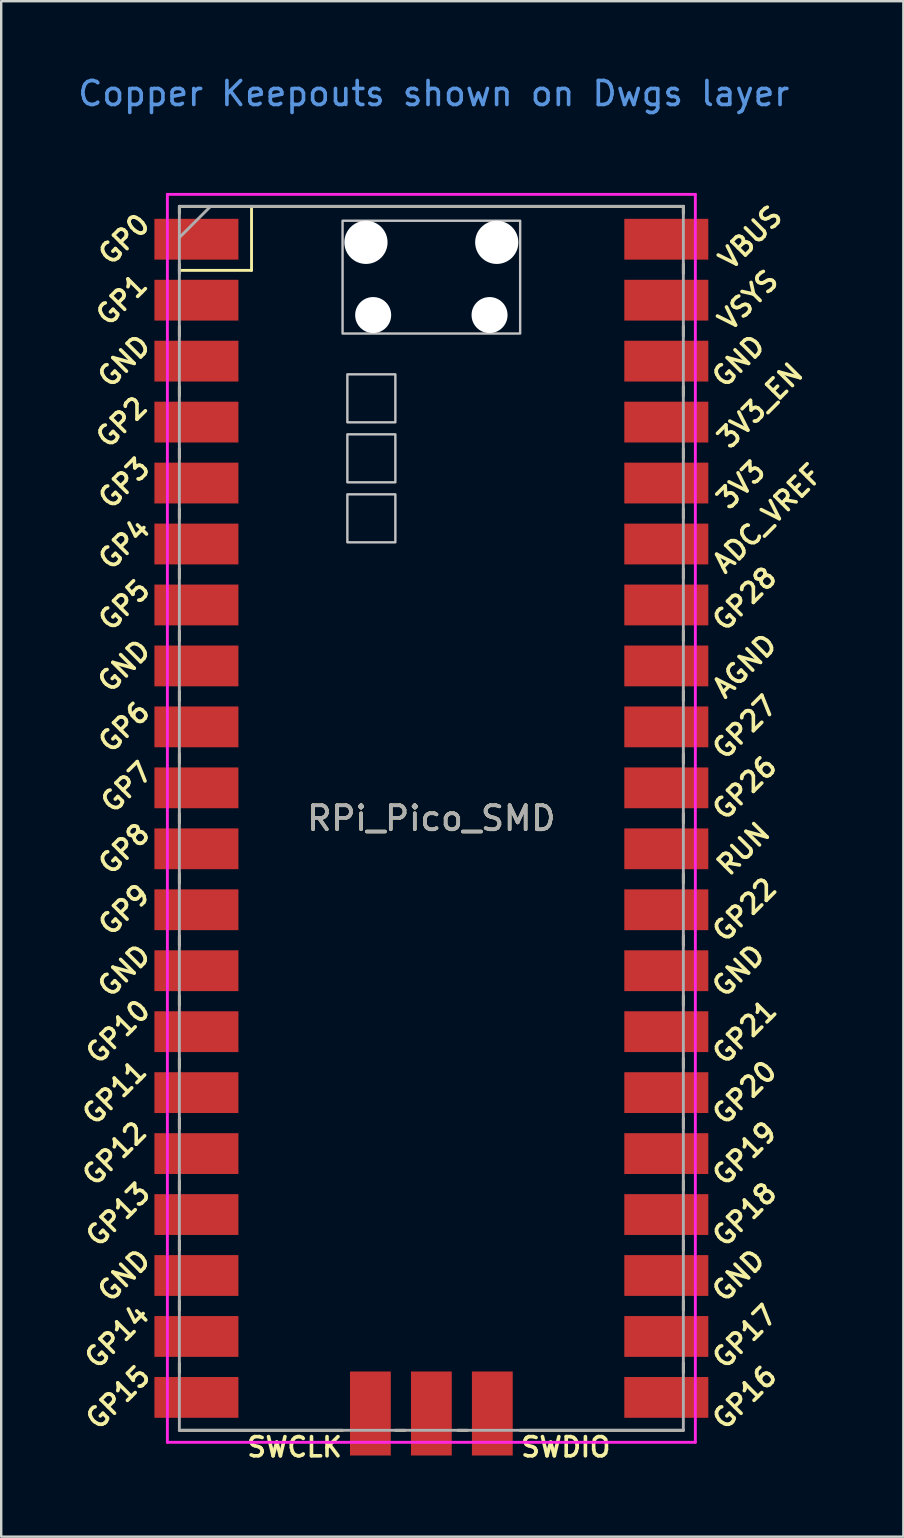
<source format=kicad_pcb>
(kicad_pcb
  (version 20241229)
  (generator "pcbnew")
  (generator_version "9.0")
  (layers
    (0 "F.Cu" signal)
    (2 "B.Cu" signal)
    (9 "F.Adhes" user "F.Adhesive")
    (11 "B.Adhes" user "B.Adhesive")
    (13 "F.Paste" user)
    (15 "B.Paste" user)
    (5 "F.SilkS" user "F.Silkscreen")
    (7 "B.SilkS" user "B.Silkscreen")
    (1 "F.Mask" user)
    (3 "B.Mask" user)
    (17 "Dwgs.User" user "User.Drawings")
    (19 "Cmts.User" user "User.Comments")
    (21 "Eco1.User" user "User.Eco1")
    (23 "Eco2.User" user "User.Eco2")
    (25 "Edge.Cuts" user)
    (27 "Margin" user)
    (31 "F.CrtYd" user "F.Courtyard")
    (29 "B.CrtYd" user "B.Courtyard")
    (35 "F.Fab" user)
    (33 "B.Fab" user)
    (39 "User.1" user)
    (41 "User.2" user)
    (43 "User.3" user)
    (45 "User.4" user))
  (footprint "RPi_Pico_SMD"
    (layer "F.Cu")
    (at 14.924 31.048)
    (property "Reference" "RPi_Pico_SMD" (at 0 0 0) (layer "F.SilkS") (effects (font (size 1 1) (thickness 0.15))))
    (attr through_hole)
    (fp_line (start -10.5 -25.5) (end -10.5 -25.2) (stroke (width 0.12) (type solid)) (layer "F.SilkS"))
    (fp_line (start -10.5 -25.5) (end 10.5 -25.5) (stroke (width 0.12) (type solid)) (layer "F.SilkS"))
    (fp_line (start -10.5 -23.1) (end -10.5 -22.7) (stroke (width 0.12) (type solid)) (layer "F.SilkS"))
    (fp_line (start -10.5 -22.833) (end -7.493 -22.833) (stroke (width 0.12) (type solid)) (layer "F.SilkS"))
    (fp_line (start -10.5 -20.5) (end -10.5 -20.1) (stroke (width 0.12) (type solid)) (layer "F.SilkS"))
    (fp_line (start -10.5 -18) (end -10.5 -17.6) (stroke (width 0.12) (type solid)) (layer "F.SilkS"))
    (fp_line (start -10.5 -15.4) (end -10.5 -15) (stroke (width 0.12) (type solid)) (layer "F.SilkS"))
    (fp_line (start -10.5 -12.9) (end -10.5 -12.5) (stroke (width 0.12) (type solid)) (layer "F.SilkS"))
    (fp_line (start -10.5 -10.4) (end -10.5 -10) (stroke (width 0.12) (type solid)) (layer "F.SilkS"))
    (fp_line (start -10.5 -7.8) (end -10.5 -7.4) (stroke (width 0.12) (type solid)) (layer "F.SilkS"))
    (fp_line (start -10.5 -5.3) (end -10.5 -4.9) (stroke (width 0.12) (type solid)) (layer "F.SilkS"))
    (fp_line (start -10.5 -2.7) (end -10.5 -2.3) (stroke (width 0.12) (type solid)) (layer "F.SilkS"))
    (fp_line (start -10.5 -0.2) (end -10.5 0.2) (stroke (width 0.12) (type solid)) (layer "F.SilkS"))
    (fp_line (start -10.5 2.3) (end -10.5 2.7) (stroke (width 0.12) (type solid)) (layer "F.SilkS"))
    (fp_line (start -10.5 4.9) (end -10.5 5.3) (stroke (width 0.12) (type solid)) (layer "F.SilkS"))
    (fp_line (start -10.5 7.4) (end -10.5 7.8) (stroke (width 0.12) (type solid)) (layer "F.SilkS"))
    (fp_line (start -10.5 10) (end -10.5 10.4) (stroke (width 0.12) (type solid)) (layer "F.SilkS"))
    (fp_line (start -10.5 12.5) (end -10.5 12.9) (stroke (width 0.12) (type solid)) (layer "F.SilkS"))
    (fp_line (start -10.5 15.1) (end -10.5 15.5) (stroke (width 0.12) (type solid)) (layer "F.SilkS"))
    (fp_line (start -10.5 17.6) (end -10.5 18) (stroke (width 0.12) (type solid)) (layer "F.SilkS"))
    (fp_line (start -10.5 20.1) (end -10.5 20.5) (stroke (width 0.12) (type solid)) (layer "F.SilkS"))
    (fp_line (start -10.5 22.7) (end -10.5 23.1) (stroke (width 0.12) (type solid)) (layer "F.SilkS"))
    (fp_line (start -7.493 -22.833) (end -7.493 -25.5) (stroke (width 0.12) (type solid)) (layer "F.SilkS"))
    (fp_line (start -3.7 25.5) (end -10.5 25.5) (stroke (width 0.12) (type solid)) (layer "F.SilkS"))
    (fp_line (start -1.5 25.5) (end -1.1 25.5) (stroke (width 0.12) (type solid)) (layer "F.SilkS"))
    (fp_line (start 1.1 25.5) (end 1.5 25.5) (stroke (width 0.12) (type solid)) (layer "F.SilkS"))
    (fp_line (start 10.5 -25.5) (end 10.5 -25.2) (stroke (width 0.12) (type solid)) (layer "F.SilkS"))
    (fp_line (start 10.5 -23.1) (end 10.5 -22.7) (stroke (width 0.12) (type solid)) (layer "F.SilkS"))
    (fp_line (start 10.5 -20.5) (end 10.5 -20.1) (stroke (width 0.12) (type solid)) (layer "F.SilkS"))
    (fp_line (start 10.5 -18) (end 10.5 -17.6) (stroke (width 0.12) (type solid)) (layer "F.SilkS"))
    (fp_line (start 10.5 -15.4) (end 10.5 -15) (stroke (width 0.12) (type solid)) (layer "F.SilkS"))
    (fp_line (start 10.5 -12.9) (end 10.5 -12.5) (stroke (width 0.12) (type solid)) (layer "F.SilkS"))
    (fp_line (start 10.5 -10.4) (end 10.5 -10) (stroke (width 0.12) (type solid)) (layer "F.SilkS"))
    (fp_line (start 10.5 -7.8) (end 10.5 -7.4) (stroke (width 0.12) (type solid)) (layer "F.SilkS"))
    (fp_line (start 10.5 -5.3) (end 10.5 -4.9) (stroke (width 0.12) (type solid)) (layer "F.SilkS"))
    (fp_line (start 10.5 -2.7) (end 10.5 -2.3) (stroke (width 0.12) (type solid)) (layer "F.SilkS"))
    (fp_line (start 10.5 -0.2) (end 10.5 0.2) (stroke (width 0.12) (type solid)) (layer "F.SilkS"))
    (fp_line (start 10.5 2.3) (end 10.5 2.7) (stroke (width 0.12) (type solid)) (layer "F.SilkS"))
    (fp_line (start 10.5 4.9) (end 10.5 5.3) (stroke (width 0.12) (type solid)) (layer "F.SilkS"))
    (fp_line (start 10.5 7.4) (end 10.5 7.8) (stroke (width 0.12) (type solid)) (layer "F.SilkS"))
    (fp_line (start 10.5 10) (end 10.5 10.4) (stroke (width 0.12) (type solid)) (layer "F.SilkS"))
    (fp_line (start 10.5 12.5) (end 10.5 12.9) (stroke (width 0.12) (type solid)) (layer "F.SilkS"))
    (fp_line (start 10.5 15.1) (end 10.5 15.5) (stroke (width 0.12) (type solid)) (layer "F.SilkS"))
    (fp_line (start 10.5 17.6) (end 10.5 18) (stroke (width 0.12) (type solid)) (layer "F.SilkS"))
    (fp_line (start 10.5 20.1) (end 10.5 20.5) (stroke (width 0.12) (type solid)) (layer "F.SilkS"))
    (fp_line (start 10.5 22.7) (end 10.5 23.1) (stroke (width 0.12) (type solid)) (layer "F.SilkS"))
    (fp_line (start 10.5 25.5) (end 3.7 25.5) (stroke (width 0.12) (type solid)) (layer "F.SilkS"))
    (fp_poly (pts (xy -1.5 -16.5) (xy -3.5 -16.5) (xy -3.5 -18.5) (xy -1.5 -18.5)) (stroke (width 0.1) (type solid)) (fill no) (layer "Dwgs.User"))
    (fp_poly (pts (xy -1.5 -14) (xy -3.5 -14) (xy -3.5 -16) (xy -1.5 -16)) (stroke (width 0.1) (type solid)) (fill no) (layer "Dwgs.User"))
    (fp_poly (pts (xy -1.5 -11.5) (xy -3.5 -11.5) (xy -3.5 -13.5) (xy -1.5 -13.5)) (stroke (width 0.1) (type solid)) (fill no) (layer "Dwgs.User"))
    (fp_poly (pts (xy 3.7 -20.2) (xy -3.7 -20.2) (xy -3.7 -24.9) (xy 3.7 -24.9)) (stroke (width 0.1) (type solid)) (fill no) (layer "Dwgs.User"))
    (fp_line (start -11 -26) (end 11 -26) (stroke (width 0.12) (type solid)) (layer "F.CrtYd"))
    (fp_line (start -11 26) (end -11 -26) (stroke (width 0.12) (type solid)) (layer "F.CrtYd"))
    (fp_line (start 11 -26) (end 11 26) (stroke (width 0.12) (type solid)) (layer "F.CrtYd"))
    (fp_line (start 11 26) (end -11 26) (stroke (width 0.12) (type solid)) (layer "F.CrtYd"))
    (fp_line (start -10.5 -25.5) (end 10.5 -25.5) (stroke (width 0.12) (type solid)) (layer "F.Fab"))
    (fp_line (start -10.5 -24.2) (end -9.2 -25.5) (stroke (width 0.12) (type solid)) (layer "F.Fab"))
    (fp_line (start -10.5 25.5) (end -10.5 -25.5) (stroke (width 0.12) (type solid)) (layer "F.Fab"))
    (fp_line (start 10.5 -25.5) (end 10.5 25.5) (stroke (width 0.12) (type solid)) (layer "F.Fab"))
    (fp_line (start 10.5 25.5) (end -10.5 25.5) (stroke (width 0.12) (type solid)) (layer "F.Fab"))
    (fp_text user "GP9" (at -12.8 3.81 45) (layer "F.SilkS") (effects (font (size 0.8 0.8) (thickness 0.15))))
    (fp_text user "GP1" (at -12.9 -21.6 45) (layer "F.SilkS") (effects (font (size 0.8 0.8) (thickness 0.15))))
    (fp_text user "AGND" (at 13.054 -6.35 45) (layer "F.SilkS") (effects (font (size 0.8 0.8) (thickness 0.15))))
    (fp_text user "GP20" (at 13.054 11.43 45) (layer "F.SilkS") (effects (font (size 0.8 0.8) (thickness 0.15))))
    (fp_text user "GP21" (at 13.054 8.9 45) (layer "F.SilkS") (effects (font (size 0.8 0.8) (thickness 0.15))))
    (fp_text user "GND" (at 12.8 -19.05 45) (layer "F.SilkS") (effects (font (size 0.8 0.8) (thickness 0.15))))
    (fp_text user "GP19" (at 13.054 13.97 45) (layer "F.SilkS") (effects (font (size 0.8 0.8) (thickness 0.15))))
    (fp_text user "3V3" (at 12.9 -13.9 45) (layer "F.SilkS") (effects (font (size 0.8 0.8) (thickness 0.15))))
    (fp_text user "GND" (at -12.8 -6.35 45) (layer "F.SilkS") (effects (font (size 0.8 0.8) (thickness 0.15))))
    (fp_text user "GP13" (at -13.054 16.51 45) (layer "F.SilkS") (effects (font (size 0.8 0.8) (thickness 0.15))))
    (fp_text user "GP5" (at -12.8 -8.89 45) (layer "F.SilkS") (effects (font (size 0.8 0.8) (thickness 0.15))))
    (fp_text user "GP11" (at -13.2 11.43 45) (layer "F.SilkS") (effects (font (size 0.8 0.8) (thickness 0.15))))
    (fp_text user "GND" (at -12.8 19.05 45) (layer "F.SilkS") (effects (font (size 0.8 0.8) (thickness 0.15))))
    (fp_text user "GP4" (at -12.8 -11.43 45) (layer "F.SilkS") (effects (font (size 0.8 0.8) (thickness 0.15))))
    (fp_text user "GP26" (at 13.054 -1.27 45) (layer "F.SilkS") (effects (font (size 0.8 0.8) (thickness 0.15))))
    (fp_text user "SWCLK" (at -5.7 26.2 0) (layer "F.SilkS") (effects (font (size 0.8 0.8) (thickness 0.15))))
    (fp_text user "GP8" (at -12.8 1.27 45) (layer "F.SilkS") (effects (font (size 0.8 0.8) (thickness 0.15))))
    (fp_text user "GP0" (at -12.8 -24.13 45) (layer "F.SilkS") (effects (font (size 0.8 0.8) (thickness 0.15))))
    (fp_text user "ADC_VREF" (at 14 -12.5 45) (layer "F.SilkS") (effects (font (size 0.8 0.8) (thickness 0.15))))
    (fp_text user "GND" (at -12.8 6.35 45) (layer "F.SilkS") (effects (font (size 0.8 0.8) (thickness 0.15))))
    (fp_text user "GP12" (at -13.2 13.97 45) (layer "F.SilkS") (effects (font (size 0.8 0.8) (thickness 0.15))))
    (fp_text user "GP27" (at 13.054 -3.8 45) (layer "F.SilkS") (effects (font (size 0.8 0.8) (thickness 0.15))))
    (fp_text user "GND" (at 12.8 19.05 45) (layer "F.SilkS") (effects (font (size 0.8 0.8) (thickness 0.15))))
    (fp_text user "GND" (at -12.8 -19.05 45) (layer "F.SilkS") (effects (font (size 0.8 0.8) (thickness 0.15))))
    (fp_text user "RUN" (at 13 1.27 45) (layer "F.SilkS") (effects (font (size 0.8 0.8) (thickness 0.15))))
    (fp_text user "GP2" (at -12.9 -16.51 45) (layer "F.SilkS") (effects (font (size 0.8 0.8) (thickness 0.15))))
    (fp_text user "GP6" (at -12.8 -3.81 45) (layer "F.SilkS") (effects (font (size 0.8 0.8) (thickness 0.15))))
    (fp_text user "GND" (at 12.8 6.35 45) (layer "F.SilkS") (effects (font (size 0.8 0.8) (thickness 0.15))))
    (fp_text user "GP14" (at -13.1 21.59 45) (layer "F.SilkS") (effects (font (size 0.8 0.8) (thickness 0.15))))
    (fp_text user "GP22" (at 13.054 3.81 45) (layer "F.SilkS") (effects (font (size 0.8 0.8) (thickness 0.15))))
    (fp_text user "GP17" (at 13.054 21.59 45) (layer "F.SilkS") (effects (font (size 0.8 0.8) (thickness 0.15))))
    (fp_text user "GP18" (at 13.054 16.51 45) (layer "F.SilkS") (effects (font (size 0.8 0.8) (thickness 0.15))))
    (fp_text user "VSYS" (at 13.2 -21.59 45) (layer "F.SilkS") (effects (font (size 0.8 0.8) (thickness 0.15))))
    (fp_text user "GP15" (at -13.054 24.13 45) (layer "F.SilkS") (effects (font (size 0.8 0.8) (thickness 0.15))))
    (fp_text user "GP3" (at -12.8 -13.97 45) (layer "F.SilkS") (effects (font (size 0.8 0.8) (thickness 0.15))))
    (fp_text user "3V3_EN" (at 13.7 -17.2 45) (layer "F.SilkS") (effects (font (size 0.8 0.8) (thickness 0.15))))
    (fp_text user "GP16" (at 13.054 24.13 45) (layer "F.SilkS") (effects (font (size 0.8 0.8) (thickness 0.15))))
    (fp_text user "GP7" (at -12.7 -1.3 45) (layer "F.SilkS") (effects (font (size 0.8 0.8) (thickness 0.15))))
    (fp_text user "GP10" (at -13.054 8.89 45) (layer "F.SilkS") (effects (font (size 0.8 0.8) (thickness 0.15))))
    (fp_text user "GP28" (at 13.054 -9.144 45) (layer "F.SilkS") (effects (font (size 0.8 0.8) (thickness 0.15))))
    (fp_text user "SWDIO" (at 5.6 26.2 0) (layer "F.SilkS") (effects (font (size 0.8 0.8) (thickness 0.15))))
    (fp_text user "VBUS" (at 13.3 -24.2 45) (layer "F.SilkS") (effects (font (size 0.8 0.8) (thickness 0.15))))
    (fp_text user "Copper Keepouts shown on Dwgs layer" (at 0.1 -30.2 0) (layer "Cmts.User") (effects (font (size 1 1) (thickness 0.15))))
    (fp_text user "${REFERENCE}" (at 0 0 180) (layer "F.Fab") (effects (font (size 1 1) (thickness 0.15))))
    (pad "" np_thru_hole oval (at -2.725 -24) (size 1.8 1.8) (drill 1.8) (layers "*.Cu" "*.Mask"))
    (pad "" np_thru_hole oval (at -2.425 -20.97) (size 1.5 1.5) (drill 1.5) (layers "*.Cu" "*.Mask"))
    (pad "" np_thru_hole oval (at 2.425 -20.97) (size 1.5 1.5) (drill 1.5) (layers "*.Cu" "*.Mask"))
    (pad "" np_thru_hole oval (at 2.725 -24) (size 1.8 1.8) (drill 1.8) (layers "*.Cu" "*.Mask"))
    (pad "1" smd rect (at -8.89 -24.13) (size 3.5 1.7) (drill (offset -0.9 0)) (layers "F.Cu" "F.Mask"))
    (pad "2" smd rect (at -8.89 -21.59) (size 3.5 1.7) (drill (offset -0.9 0)) (layers "F.Cu" "F.Mask"))
    (pad "3" smd rect (at -8.89 -19.05) (size 3.5 1.7) (drill (offset -0.9 0)) (layers "F.Cu" "F.Mask"))
    (pad "4" smd rect (at -8.89 -16.51) (size 3.5 1.7) (drill (offset -0.9 0)) (layers "F.Cu" "F.Mask"))
    (pad "5" smd rect (at -8.89 -13.97) (size 3.5 1.7) (drill (offset -0.9 0)) (layers "F.Cu" "F.Mask"))
    (pad "6" smd rect (at -8.89 -11.43) (size 3.5 1.7) (drill (offset -0.9 0)) (layers "F.Cu" "F.Mask"))
    (pad "7" smd rect (at -8.89 -8.89) (size 3.5 1.7) (drill (offset -0.9 0)) (layers "F.Cu" "F.Mask"))
    (pad "8" smd rect (at -8.89 -6.35) (size 3.5 1.7) (drill (offset -0.9 0)) (layers "F.Cu" "F.Mask"))
    (pad "9" smd rect (at -8.89 -3.81) (size 3.5 1.7) (drill (offset -0.9 0)) (layers "F.Cu" "F.Mask"))
    (pad "10" smd rect (at -8.89 -1.27) (size 3.5 1.7) (drill (offset -0.9 0)) (layers "F.Cu" "F.Mask"))
    (pad "11" smd rect (at -8.89 1.27) (size 3.5 1.7) (drill (offset -0.9 0)) (layers "F.Cu" "F.Mask"))
    (pad "12" smd rect (at -8.89 3.81) (size 3.5 1.7) (drill (offset -0.9 0)) (layers "F.Cu" "F.Mask"))
    (pad "13" smd rect (at -8.89 6.35) (size 3.5 1.7) (drill (offset -0.9 0)) (layers "F.Cu" "F.Mask"))
    (pad "14" smd rect (at -8.89 8.89) (size 3.5 1.7) (drill (offset -0.9 0)) (layers "F.Cu" "F.Mask"))
    (pad "15" smd rect (at -8.89 11.43) (size 3.5 1.7) (drill (offset -0.9 0)) (layers "F.Cu" "F.Mask"))
    (pad "16" smd rect (at -8.89 13.97) (size 3.5 1.7) (drill (offset -0.9 0)) (layers "F.Cu" "F.Mask"))
    (pad "17" smd rect (at -8.89 16.51) (size 3.5 1.7) (drill (offset -0.9 0)) (layers "F.Cu" "F.Mask"))
    (pad "18" smd rect (at -8.89 19.05) (size 3.5 1.7) (drill (offset -0.9 0)) (layers "F.Cu" "F.Mask"))
    (pad "19" smd rect (at -8.89 21.59) (size 3.5 1.7) (drill (offset -0.9 0)) (layers "F.Cu" "F.Mask"))
    (pad "20" smd rect (at -8.89 24.13) (size 3.5 1.7) (drill (offset -0.9 0)) (layers "F.Cu" "F.Mask"))
    (pad "21" smd rect (at 8.89 24.13) (size 3.5 1.7) (drill (offset 0.9 0)) (layers "F.Cu" "F.Mask"))
    (pad "22" smd rect (at 8.89 21.59) (size 3.5 1.7) (drill (offset 0.9 0)) (layers "F.Cu" "F.Mask"))
    (pad "23" smd rect (at 8.89 19.05) (size 3.5 1.7) (drill (offset 0.9 0)) (layers "F.Cu" "F.Mask"))
    (pad "24" smd rect (at 8.89 16.51) (size 3.5 1.7) (drill (offset 0.9 0)) (layers "F.Cu" "F.Mask"))
    (pad "25" smd rect (at 8.89 13.97) (size 3.5 1.7) (drill (offset 0.9 0)) (layers "F.Cu" "F.Mask"))
    (pad "26" smd rect (at 8.89 11.43) (size 3.5 1.7) (drill (offset 0.9 0)) (layers "F.Cu" "F.Mask"))
    (pad "27" smd rect (at 8.89 8.89) (size 3.5 1.7) (drill (offset 0.9 0)) (layers "F.Cu" "F.Mask"))
    (pad "28" smd rect (at 8.89 6.35) (size 3.5 1.7) (drill (offset 0.9 0)) (layers "F.Cu" "F.Mask"))
    (pad "29" smd rect (at 8.89 3.81) (size 3.5 1.7) (drill (offset 0.9 0)) (layers "F.Cu" "F.Mask"))
    (pad "30" smd rect (at 8.89 1.27) (size 3.5 1.7) (drill (offset 0.9 0)) (layers "F.Cu" "F.Mask"))
    (pad "31" smd rect (at 8.89 -1.27) (size 3.5 1.7) (drill (offset 0.9 0)) (layers "F.Cu" "F.Mask"))
    (pad "32" smd rect (at 8.89 -3.81) (size 3.5 1.7) (drill (offset 0.9 0)) (layers "F.Cu" "F.Mask"))
    (pad "33" smd rect (at 8.89 -6.35) (size 3.5 1.7) (drill (offset 0.9 0)) (layers "F.Cu" "F.Mask"))
    (pad "34" smd rect (at 8.89 -8.89) (size 3.5 1.7) (drill (offset 0.9 0)) (layers "F.Cu" "F.Mask"))
    (pad "35" smd rect (at 8.89 -11.43) (size 3.5 1.7) (drill (offset 0.9 0)) (layers "F.Cu" "F.Mask"))
    (pad "36" smd rect (at 8.89 -13.97) (size 3.5 1.7) (drill (offset 0.9 0)) (layers "F.Cu" "F.Mask"))
    (pad "37" smd rect (at 8.89 -16.51) (size 3.5 1.7) (drill (offset 0.9 0)) (layers "F.Cu" "F.Mask"))
    (pad "38" smd rect (at 8.89 -19.05) (size 3.5 1.7) (drill (offset 0.9 0)) (layers "F.Cu" "F.Mask"))
    (pad "39" smd rect (at 8.89 -21.59) (size 3.5 1.7) (drill (offset 0.9 0)) (layers "F.Cu" "F.Mask"))
    (pad "40" smd rect (at 8.89 -24.13) (size 3.5 1.7) (drill (offset 0.9 0)) (layers "F.Cu" "F.Mask"))
    (pad "41" smd rect (at -2.54 23.9 90) (size 3.5 1.7) (drill (offset -0.9 0)) (layers "F.Cu" "F.Mask"))
    (pad "42" smd rect (at 0 23.9 90) (size 3.5 1.7) (drill (offset -0.9 0)) (layers "F.Cu" "F.Mask"))
    (pad "43" smd rect (at 2.54 23.9 90) (size 3.5 1.7) (drill (offset -0.9 0)) (layers "F.Cu" "F.Mask")))
  (gr_rect
    (start -3 -3)
    (end 34.591 60.98)
    (stroke (width 0.1) (type default))
    (fill no)
    (layer "Edge.Cuts")))
</source>
